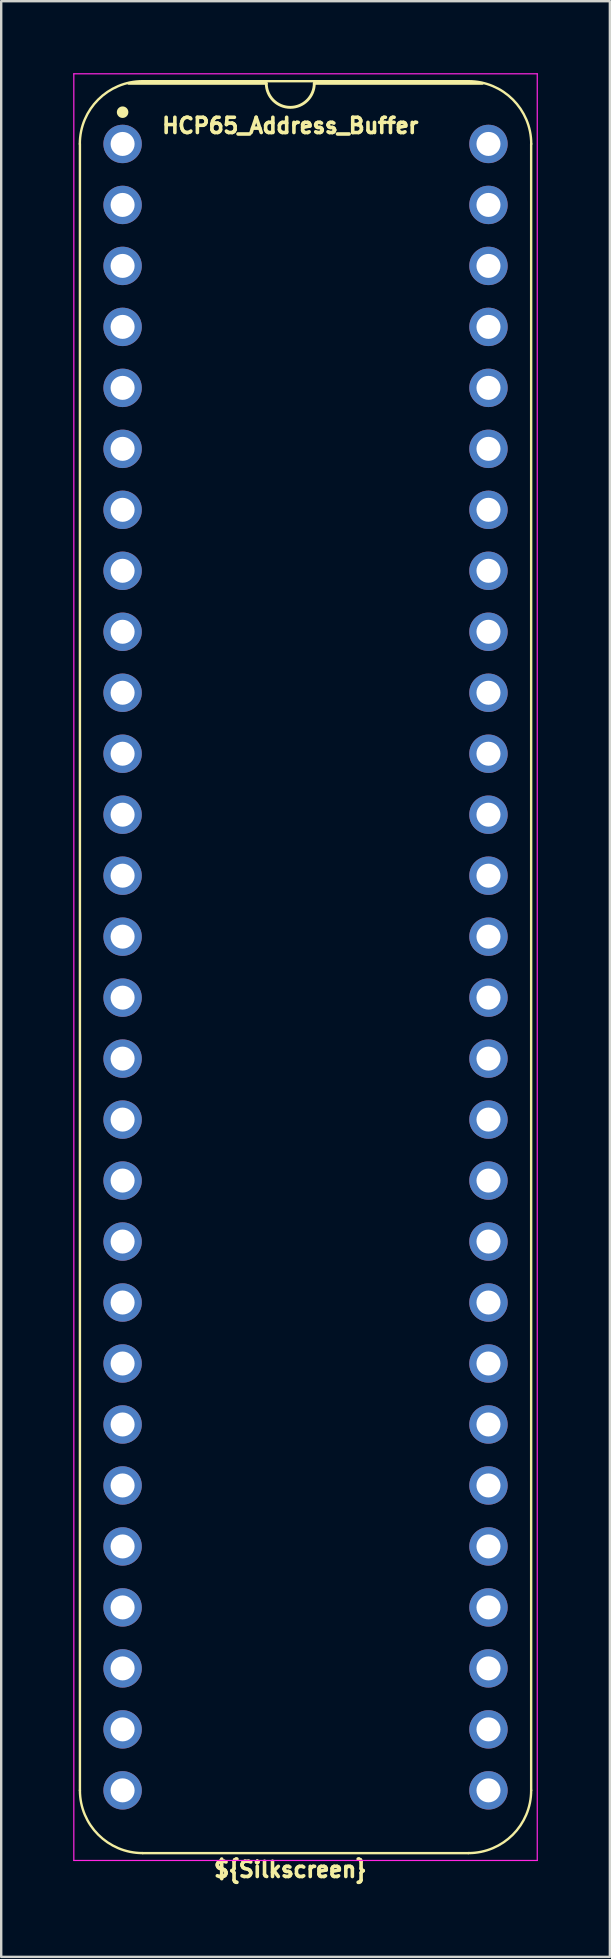
<source format=kicad_pcb>
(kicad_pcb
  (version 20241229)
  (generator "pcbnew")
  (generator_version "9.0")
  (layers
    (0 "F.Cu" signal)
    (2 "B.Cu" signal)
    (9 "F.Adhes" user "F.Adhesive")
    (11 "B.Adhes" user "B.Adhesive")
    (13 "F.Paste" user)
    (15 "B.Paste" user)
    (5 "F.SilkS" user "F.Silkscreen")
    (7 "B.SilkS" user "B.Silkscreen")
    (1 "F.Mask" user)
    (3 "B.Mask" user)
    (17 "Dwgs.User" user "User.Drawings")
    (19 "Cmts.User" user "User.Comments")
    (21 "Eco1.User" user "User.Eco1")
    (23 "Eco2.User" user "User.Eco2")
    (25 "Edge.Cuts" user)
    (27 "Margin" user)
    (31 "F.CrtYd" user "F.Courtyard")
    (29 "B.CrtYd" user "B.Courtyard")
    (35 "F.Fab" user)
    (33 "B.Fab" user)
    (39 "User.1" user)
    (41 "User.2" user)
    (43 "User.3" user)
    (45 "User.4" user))
  (footprint "HCP65_Address_Buffer"
    (layer "F.Cu")
    (at 2.057 2.946)
    (property "Reference" "HCP65_Address_Buffer" (at 6.985 -0.762 0) (layer "F.SilkS") (effects (font (size 0.635 0.635) (thickness 0.15))))
    (attr through_hole)
    (fp_line (start -1.778 68.58) (end -1.778 0) (stroke (width 0.1) (type solid)) (layer "F.SilkS"))
    (fp_line (start 0.832 -2.614) (end 14.408 -2.614) (stroke (width 0.1) (type solid)) (layer "F.SilkS"))
    (fp_line (start 5.985 -2.524) (end 0.254 -2.524) (stroke (width 0.12) (type solid)) (layer "F.SilkS"))
    (fp_line (start 14.404 71.194) (end 0.836 71.194) (stroke (width 0.1) (type solid)) (layer "F.SilkS"))
    (fp_line (start 14.986 -2.524) (end 7.985 -2.524) (stroke (width 0.12) (type solid)) (layer "F.SilkS"))
    (fp_line (start 17.018 68.58) (end 17.018 -0.000001) (stroke (width 0.1) (type solid)) (layer "F.SilkS"))
    (fp_arc (start -1.781544 0) (mid -1.016 -1.848188) (end 0.832188 -2.613732) (stroke (width 0.1) (type solid)) (layer "F.SilkS"))
    (fp_arc (start 0.835733 71.193733) (mid -1.012456 70.428189) (end -1.778 68.58) (stroke (width 0.1) (type solid)) (layer "F.SilkS"))
    (fp_arc (start 7.985 -2.524) (mid 6.985 -1.524) (end 5.985 -2.524) (stroke (width 0.12) (type solid)) (layer "F.SilkS"))
    (fp_arc (start 14.407812 -2.613732) (mid 16.256 -1.848188) (end 17.021544 0) (stroke (width 0.1) (type solid)) (layer "F.SilkS"))
    (fp_arc (start 17.018 68.58) (mid 16.252455 70.428187) (end 14.404268 71.193732) (stroke (width 0.1) (type solid)) (layer "F.SilkS"))
    (fp_circle (center 0 -1.323) (end 0.18 -1.323) (stroke (width 0.12) (type solid)) (fill yes) (layer "F.SilkS"))
    (fp_line (start -2.032 -2.921) (end -2.032 71.501) (stroke (width 0.05) (type solid)) (layer "F.CrtYd"))
    (fp_line (start -2.032 -2.921) (end 17.272 -2.921) (stroke (width 0.05) (type solid)) (layer "F.CrtYd"))
    (fp_line (start -2.032 71.501) (end 17.272 71.501) (stroke (width 0.05) (type solid)) (layer "F.CrtYd"))
    (fp_line (start 17.272 -2.921) (end 17.272 71.501) (stroke (width 0.05) (type solid)) (layer "F.CrtYd"))
    (fp_text user "${Silkscreen}" (at 6.985 71.882 0) (layer "F.SilkS") (effects (font (size 0.635 0.635) (thickness 0.15))))
    (pad "1" thru_hole circle (at 0 0) (size 1.6 1.6) (drill 1) (layers "*.Cu" "*.Mask"))
    (pad "2" thru_hole circle (at 0 2.54) (size 1.6 1.6) (drill 1) (layers "*.Cu" "*.Mask"))
    (pad "3" thru_hole circle (at 0 5.08) (size 1.6 1.6) (drill 1) (layers "*.Cu" "*.Mask"))
    (pad "4" thru_hole circle (at 0 7.62) (size 1.6 1.6) (drill 1) (layers "*.Cu" "*.Mask"))
    (pad "5" thru_hole circle (at 0 10.16) (size 1.6 1.6) (drill 1) (layers "*.Cu" "*.Mask"))
    (pad "6" thru_hole circle (at 0 12.7) (size 1.6 1.6) (drill 1) (layers "*.Cu" "*.Mask"))
    (pad "7" thru_hole circle (at 0 15.24) (size 1.6 1.6) (drill 1) (layers "*.Cu" "*.Mask"))
    (pad "8" thru_hole circle (at 0 17.78) (size 1.6 1.6) (drill 1) (layers "*.Cu" "*.Mask"))
    (pad "9" thru_hole circle (at 0 20.32) (size 1.6 1.6) (drill 1) (layers "*.Cu" "*.Mask"))
    (pad "10" thru_hole circle (at 0 22.86) (size 1.6 1.6) (drill 1) (layers "*.Cu" "*.Mask"))
    (pad "11" thru_hole circle (at 0 25.4) (size 1.6 1.6) (drill 1) (layers "*.Cu" "*.Mask"))
    (pad "12" thru_hole circle (at 0 27.94) (size 1.6 1.6) (drill 1) (layers "*.Cu" "*.Mask"))
    (pad "13" thru_hole circle (at 0 30.48) (size 1.6 1.6) (drill 1) (layers "*.Cu" "*.Mask"))
    (pad "14" thru_hole circle (at 0 33.02) (size 1.6 1.6) (drill 1) (layers "*.Cu" "*.Mask"))
    (pad "15" thru_hole circle (at 0 35.56) (size 1.6 1.6) (drill 1) (layers "*.Cu" "*.Mask"))
    (pad "16" thru_hole circle (at 0 38.1) (size 1.6 1.6) (drill 1) (layers "*.Cu" "*.Mask"))
    (pad "17" thru_hole circle (at 0 40.64) (size 1.6 1.6) (drill 1) (layers "*.Cu" "*.Mask"))
    (pad "18" thru_hole circle (at 0 43.18) (size 1.6 1.6) (drill 1) (layers "*.Cu" "*.Mask"))
    (pad "19" thru_hole circle (at 0 45.72) (size 1.6 1.6) (drill 1) (layers "*.Cu" "*.Mask"))
    (pad "20" thru_hole circle (at 0 48.26) (size 1.6 1.6) (drill 1) (layers "*.Cu" "*.Mask"))
    (pad "21" thru_hole circle (at 0 50.8) (size 1.6 1.6) (drill 1) (layers "*.Cu" "*.Mask"))
    (pad "22" thru_hole circle (at 0 53.34) (size 1.6 1.6) (drill 1) (layers "*.Cu" "*.Mask"))
    (pad "23" thru_hole circle (at 0 55.88) (size 1.6 1.6) (drill 1) (layers "*.Cu" "*.Mask"))
    (pad "24" thru_hole circle (at 0 58.42) (size 1.6 1.6) (drill 1) (layers "*.Cu" "*.Mask"))
    (pad "25" thru_hole circle (at 0 60.96) (size 1.6 1.6) (drill 1) (layers "*.Cu" "*.Mask"))
    (pad "26" thru_hole circle (at 0 63.5) (size 1.6 1.6) (drill 1) (layers "*.Cu" "*.Mask"))
    (pad "27" thru_hole circle (at 0 66.04) (size 1.6 1.6) (drill 1) (layers "*.Cu" "*.Mask"))
    (pad "28" thru_hole circle (at 0 68.58) (size 1.6 1.6) (drill 1) (layers "*.Cu" "*.Mask"))
    (pad "29" thru_hole circle (at 15.24 68.58) (size 1.6 1.6) (drill 1) (layers "*.Cu" "*.Mask"))
    (pad "30" thru_hole circle (at 15.24 66.04) (size 1.6 1.6) (drill 1) (layers "*.Cu" "*.Mask"))
    (pad "31" thru_hole circle (at 15.24 63.5) (size 1.6 1.6) (drill 1) (layers "*.Cu" "*.Mask"))
    (pad "32" thru_hole circle (at 15.24 60.96) (size 1.6 1.6) (drill 1) (layers "*.Cu" "*.Mask"))
    (pad "33" thru_hole circle (at 15.24 58.42) (size 1.6 1.6) (drill 1) (layers "*.Cu" "*.Mask"))
    (pad "34" thru_hole circle (at 15.24 55.88) (size 1.6 1.6) (drill 1) (layers "*.Cu" "*.Mask"))
    (pad "35" thru_hole circle (at 15.24 53.34) (size 1.6 1.6) (drill 1) (layers "*.Cu" "*.Mask"))
    (pad "36" thru_hole circle (at 15.24 50.8) (size 1.6 1.6) (drill 1) (layers "*.Cu" "*.Mask"))
    (pad "37" thru_hole circle (at 15.24 48.26) (size 1.6 1.6) (drill 1) (layers "*.Cu" "*.Mask"))
    (pad "38" thru_hole circle (at 15.24 45.72) (size 1.6 1.6) (drill 1) (layers "*.Cu" "*.Mask"))
    (pad "39" thru_hole circle (at 15.24 43.18) (size 1.6 1.6) (drill 1) (layers "*.Cu" "*.Mask"))
    (pad "40" thru_hole circle (at 15.24 40.64) (size 1.6 1.6) (drill 1) (layers "*.Cu" "*.Mask"))
    (pad "41" thru_hole circle (at 15.24 38.1) (size 1.6 1.6) (drill 1) (layers "*.Cu" "*.Mask"))
    (pad "42" thru_hole circle (at 15.24 35.56) (size 1.6 1.6) (drill 1) (layers "*.Cu" "*.Mask"))
    (pad "43" thru_hole circle (at 15.24 33.02) (size 1.6 1.6) (drill 1) (layers "*.Cu" "*.Mask"))
    (pad "44" thru_hole circle (at 15.24 30.48) (size 1.6 1.6) (drill 1) (layers "*.Cu" "*.Mask"))
    (pad "45" thru_hole circle (at 15.24 27.94) (size 1.6 1.6) (drill 1) (layers "*.Cu" "*.Mask"))
    (pad "46" thru_hole circle (at 15.24 25.4) (size 1.6 1.6) (drill 1) (layers "*.Cu" "*.Mask"))
    (pad "47" thru_hole circle (at 15.24 22.86) (size 1.6 1.6) (drill 1) (layers "*.Cu" "*.Mask"))
    (pad "48" thru_hole circle (at 15.24 20.32) (size 1.6 1.6) (drill 1) (layers "*.Cu" "*.Mask"))
    (pad "49" thru_hole circle (at 15.24 17.78) (size 1.6 1.6) (drill 1) (layers "*.Cu" "*.Mask"))
    (pad "50" thru_hole circle (at 15.24 15.24) (size 1.6 1.6) (drill 1) (layers "*.Cu" "*.Mask"))
    (pad "51" thru_hole circle (at 15.24 12.7) (size 1.6 1.6) (drill 1) (layers "*.Cu" "*.Mask"))
    (pad "52" thru_hole circle (at 15.24 10.16) (size 1.6 1.6) (drill 1) (layers "*.Cu" "*.Mask"))
    (pad "53" thru_hole circle (at 15.24 7.62) (size 1.6 1.6) (drill 1) (layers "*.Cu" "*.Mask"))
    (pad "54" thru_hole circle (at 15.24 5.08) (size 1.6 1.6) (drill 1) (layers "*.Cu" "*.Mask"))
    (pad "55" thru_hole circle (at 15.24 2.54) (size 1.6 1.6) (drill 1) (layers "*.Cu" "*.Mask"))
    (pad "56" thru_hole circle (at 15.24 0) (size 1.6 1.6) (drill 1) (layers "*.Cu" "*.Mask")))
  (gr_rect
    (start -3 -3)
    (end 22.354 78.463)
    (stroke (width 0.1) (type default))
    (fill no)
    (layer "Edge.Cuts")))
</source>
